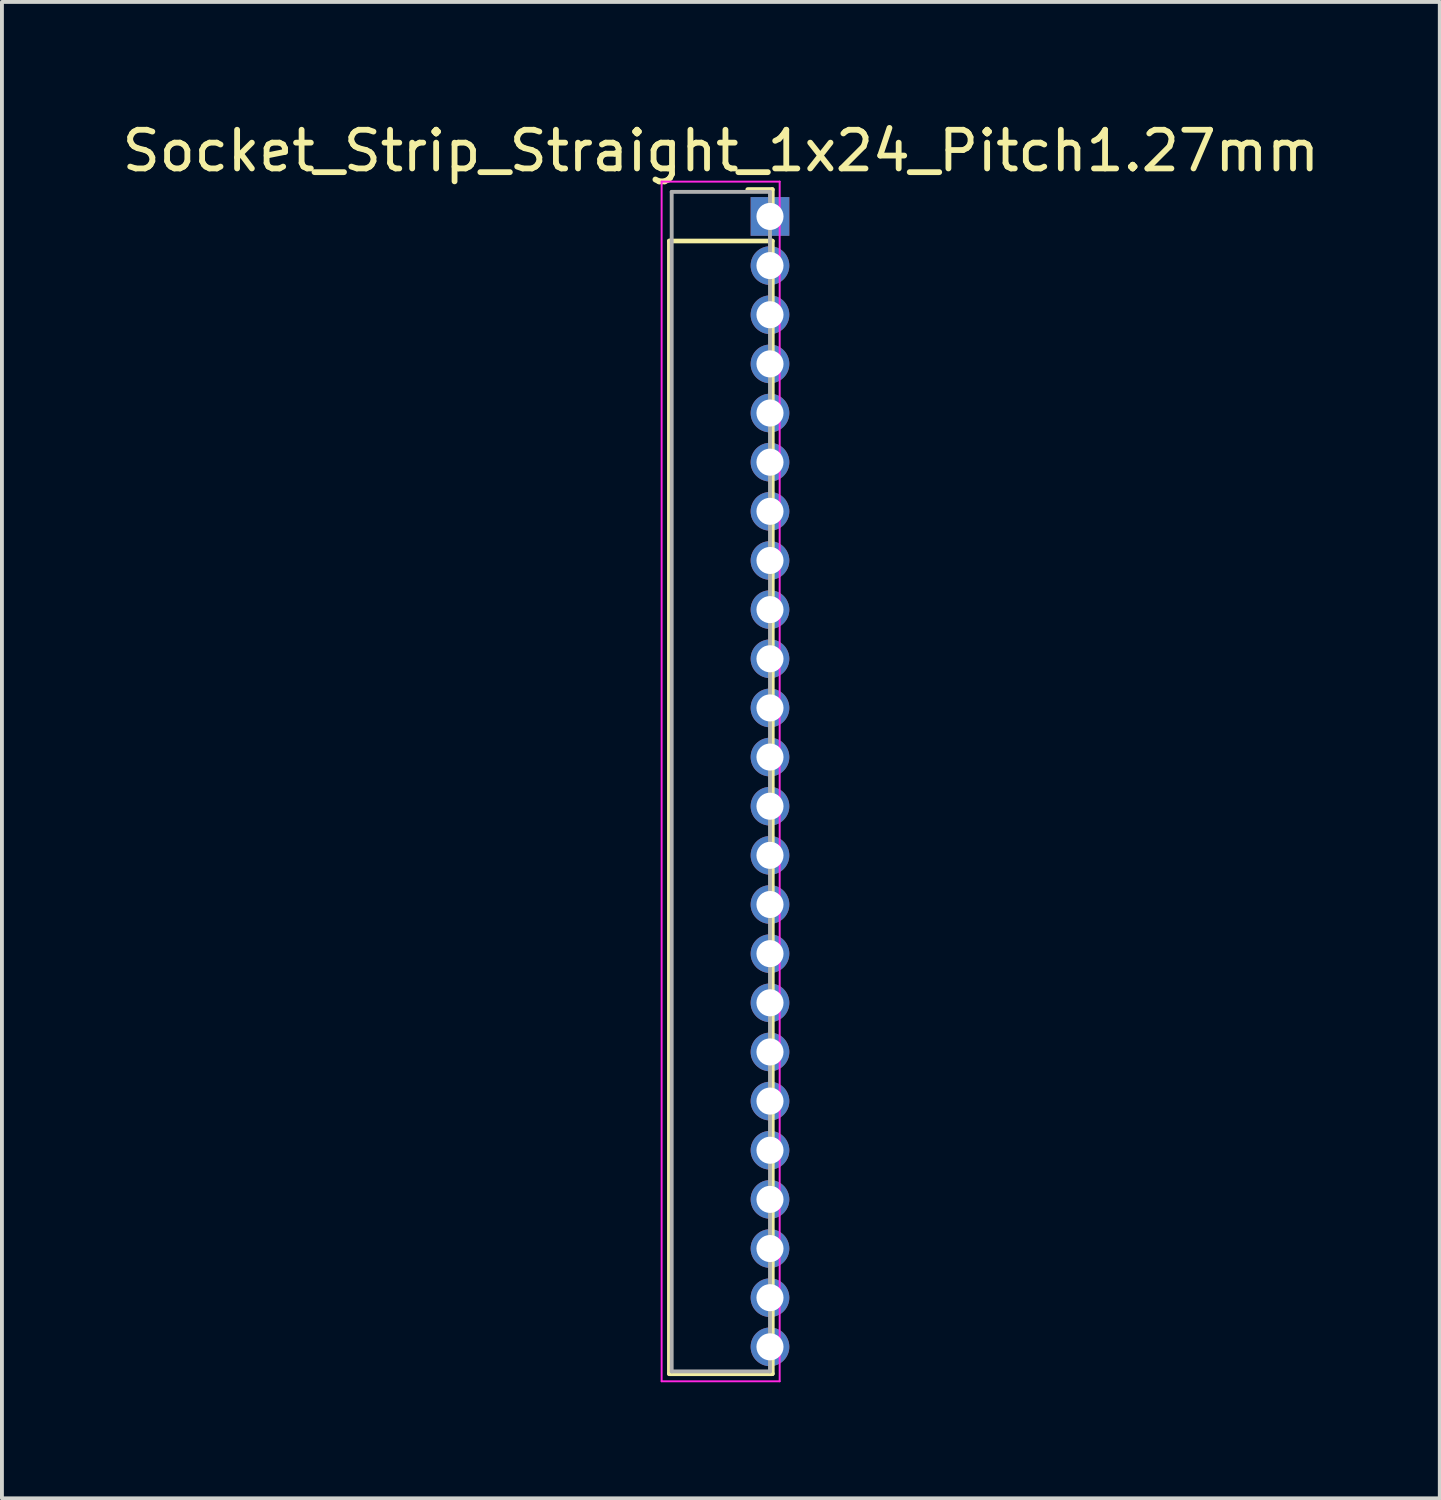
<source format=kicad_pcb>
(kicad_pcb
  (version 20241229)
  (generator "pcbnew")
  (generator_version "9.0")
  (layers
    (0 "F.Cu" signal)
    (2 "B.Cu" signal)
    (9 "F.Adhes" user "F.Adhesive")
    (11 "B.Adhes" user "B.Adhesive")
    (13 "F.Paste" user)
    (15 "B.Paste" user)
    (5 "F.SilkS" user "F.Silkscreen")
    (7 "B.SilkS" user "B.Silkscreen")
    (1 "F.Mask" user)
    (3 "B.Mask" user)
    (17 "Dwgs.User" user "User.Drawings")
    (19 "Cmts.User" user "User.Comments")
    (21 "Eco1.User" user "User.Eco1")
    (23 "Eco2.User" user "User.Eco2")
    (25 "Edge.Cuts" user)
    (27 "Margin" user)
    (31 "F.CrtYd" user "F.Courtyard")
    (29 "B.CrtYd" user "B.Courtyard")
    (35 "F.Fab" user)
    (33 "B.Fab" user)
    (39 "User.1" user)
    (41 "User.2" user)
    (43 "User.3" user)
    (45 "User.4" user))
  (footprint "Socket_Strip_Straight_1x24_Pitch1.27mm"
    (layer "F.Cu")
    (at 16.847 2.543)
    (property "Reference" "Socket_Strip_Straight_1x24_Pitch1.27mm" (at -1.27 -1.695 0) (layer "F.SilkS") (effects (font (size 1 1) (thickness 0.15))))
    (attr through_hole)
    (fp_line (start -2.6 0.635) (end -2.6 29.905) (stroke (width 0.12) (type solid)) (layer "F.SilkS"))
    (fp_line (start -2.6 29.905) (end 0.06 29.905) (stroke (width 0.12) (type solid)) (layer "F.SilkS"))
    (fp_line (start 0.06 -0.695) (end -0.575 -0.695) (stroke (width 0.12) (type solid)) (layer "F.SilkS"))
    (fp_line (start 0.06 0) (end 0.06 -0.695) (stroke (width 0.12) (type solid)) (layer "F.SilkS"))
    (fp_line (start 0.06 0.635) (end -2.6 0.635) (stroke (width 0.12) (type solid)) (layer "F.SilkS"))
    (fp_line (start 0.06 29.905) (end 0.06 0.635) (stroke (width 0.12) (type solid)) (layer "F.SilkS"))
    (fp_line (start -2.8 -0.9) (end -2.8 30.1) (stroke (width 0.05) (type solid)) (layer "F.CrtYd"))
    (fp_line (start -2.8 30.1) (end 0.25 30.1) (stroke (width 0.05) (type solid)) (layer "F.CrtYd"))
    (fp_line (start 0.25 -0.9) (end -2.8 -0.9) (stroke (width 0.05) (type solid)) (layer "F.CrtYd"))
    (fp_line (start 0.25 30.1) (end 0.25 -0.9) (stroke (width 0.05) (type solid)) (layer "F.CrtYd"))
    (fp_line (start -2.54 -0.635) (end -2.54 29.845) (stroke (width 0.1) (type solid)) (layer "F.Fab"))
    (fp_line (start -2.54 29.845) (end 0 29.845) (stroke (width 0.1) (type solid)) (layer "F.Fab"))
    (fp_line (start 0 -0.635) (end -2.54 -0.635) (stroke (width 0.1) (type solid)) (layer "F.Fab"))
    (fp_line (start 0 29.845) (end 0 -0.635) (stroke (width 0.1) (type solid)) (layer "F.Fab"))
    (pad "1" thru_hole rect (at 0 0) (size 1 1) (drill 0.7) (layers "*.Cu" "*.Mask"))
    (pad "2" thru_hole oval (at 0 1.27) (size 1 1) (drill 0.7) (layers "*.Cu" "*.Mask"))
    (pad "3" thru_hole oval (at 0 2.54) (size 1 1) (drill 0.7) (layers "*.Cu" "*.Mask"))
    (pad "4" thru_hole oval (at 0 3.81) (size 1 1) (drill 0.7) (layers "*.Cu" "*.Mask"))
    (pad "5" thru_hole oval (at 0 5.08) (size 1 1) (drill 0.7) (layers "*.Cu" "*.Mask"))
    (pad "6" thru_hole oval (at 0 6.35) (size 1 1) (drill 0.7) (layers "*.Cu" "*.Mask"))
    (pad "7" thru_hole oval (at 0 7.62) (size 1 1) (drill 0.7) (layers "*.Cu" "*.Mask"))
    (pad "8" thru_hole oval (at 0 8.89) (size 1 1) (drill 0.7) (layers "*.Cu" "*.Mask"))
    (pad "9" thru_hole oval (at 0 10.16) (size 1 1) (drill 0.7) (layers "*.Cu" "*.Mask"))
    (pad "10" thru_hole oval (at 0 11.43) (size 1 1) (drill 0.7) (layers "*.Cu" "*.Mask"))
    (pad "11" thru_hole oval (at 0 12.7) (size 1 1) (drill 0.7) (layers "*.Cu" "*.Mask"))
    (pad "12" thru_hole oval (at 0 13.97) (size 1 1) (drill 0.7) (layers "*.Cu" "*.Mask"))
    (pad "13" thru_hole oval (at 0 15.24) (size 1 1) (drill 0.7) (layers "*.Cu" "*.Mask"))
    (pad "14" thru_hole oval (at 0 16.51) (size 1 1) (drill 0.7) (layers "*.Cu" "*.Mask"))
    (pad "15" thru_hole oval (at 0 17.78) (size 1 1) (drill 0.7) (layers "*.Cu" "*.Mask"))
    (pad "16" thru_hole oval (at 0 19.05) (size 1 1) (drill 0.7) (layers "*.Cu" "*.Mask"))
    (pad "17" thru_hole oval (at 0 20.32) (size 1 1) (drill 0.7) (layers "*.Cu" "*.Mask"))
    (pad "18" thru_hole oval (at 0 21.59) (size 1 1) (drill 0.7) (layers "*.Cu" "*.Mask"))
    (pad "19" thru_hole oval (at 0 22.86) (size 1 1) (drill 0.7) (layers "*.Cu" "*.Mask"))
    (pad "20" thru_hole oval (at 0 24.13) (size 1 1) (drill 0.7) (layers "*.Cu" "*.Mask"))
    (pad "21" thru_hole oval (at 0 25.4) (size 1 1) (drill 0.7) (layers "*.Cu" "*.Mask"))
    (pad "22" thru_hole oval (at 0 26.67) (size 1 1) (drill 0.7) (layers "*.Cu" "*.Mask"))
    (pad "23" thru_hole oval (at 0 27.94) (size 1 1) (drill 0.7) (layers "*.Cu" "*.Mask"))
    (pad "24" thru_hole oval (at 0 29.21) (size 1 1) (drill 0.7) (layers "*.Cu" "*.Mask")))
  (gr_rect
    (start -3 -3)
    (end 34.155 35.668)
    (stroke (width 0.1) (type default))
    (fill no)
    (layer "Edge.Cuts")))
</source>
